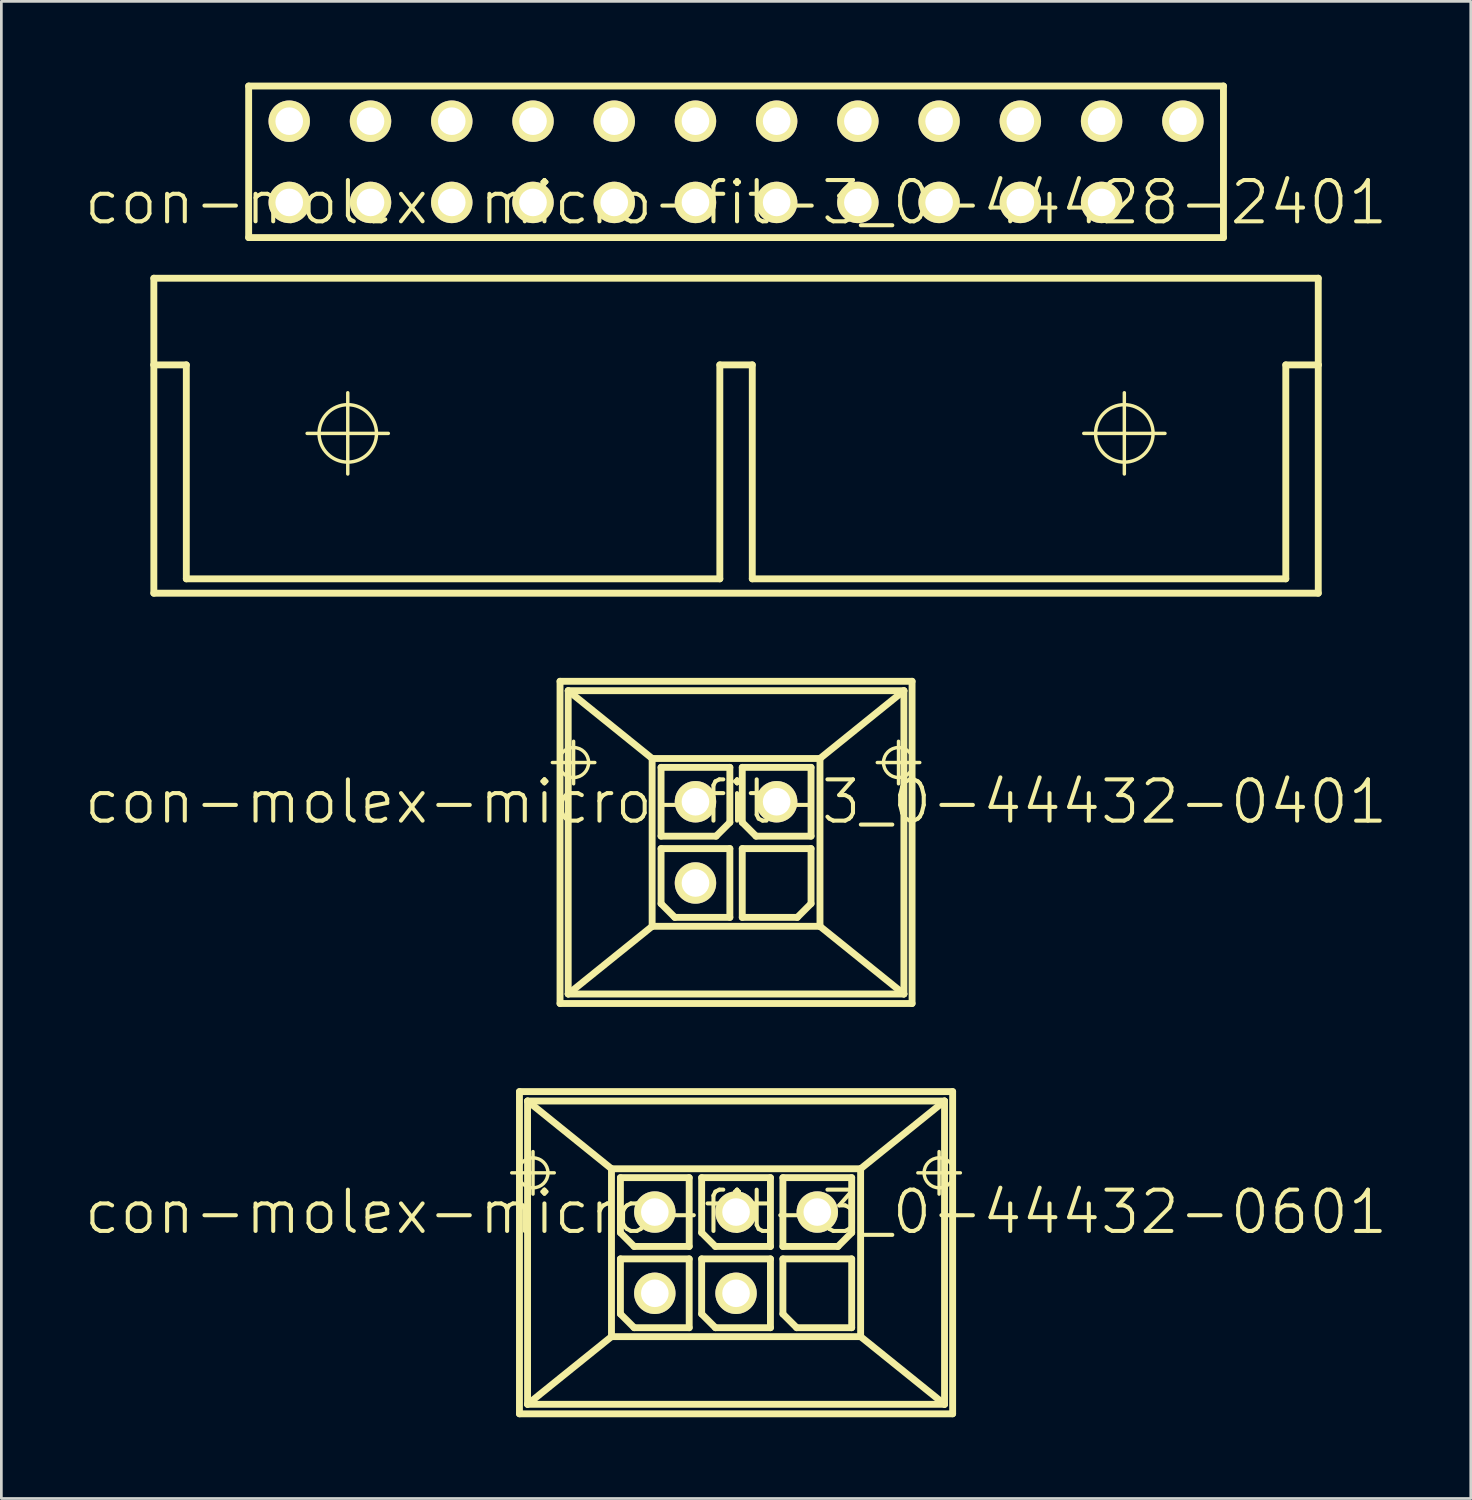
<source format=kicad_pcb>
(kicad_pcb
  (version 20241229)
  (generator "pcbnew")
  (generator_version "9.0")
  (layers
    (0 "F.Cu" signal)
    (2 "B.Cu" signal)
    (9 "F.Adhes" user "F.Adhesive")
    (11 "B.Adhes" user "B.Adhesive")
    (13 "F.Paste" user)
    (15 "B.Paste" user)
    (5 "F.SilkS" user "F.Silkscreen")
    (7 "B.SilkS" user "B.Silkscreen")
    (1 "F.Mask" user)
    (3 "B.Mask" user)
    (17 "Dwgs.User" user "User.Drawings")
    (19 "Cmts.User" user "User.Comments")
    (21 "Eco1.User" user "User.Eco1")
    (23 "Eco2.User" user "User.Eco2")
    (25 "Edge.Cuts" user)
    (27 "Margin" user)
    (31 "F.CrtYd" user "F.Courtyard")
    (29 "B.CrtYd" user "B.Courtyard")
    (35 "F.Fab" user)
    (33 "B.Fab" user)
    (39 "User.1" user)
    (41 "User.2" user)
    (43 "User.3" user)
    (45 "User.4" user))
  (footprint "con-molex-micro-fit-3_0-44428-2401"
    (layer "F.Cu")
    (at 24.13 4.425)
    (property "Reference" "con-molex-micro-fit-3_0-44428-2401" (at 0 0 0) (layer "F.SilkS") (effects (font (size 1.524 1.524) (thickness 0.15))))
    (attr exclude_from_pos_files exclude_from_bom)
    (fp_line (start -21.499 2.799) (end -21.499 5.999) (stroke (width 0.254) (type solid)) (layer "F.SilkS"))
    (fp_line (start -21.499 5.999) (end -21.499 14.43) (stroke (width 0.254) (type solid)) (layer "F.SilkS"))
    (fp_line (start -21.499 5.999) (end -20.3 5.999) (stroke (width 0.254) (type solid)) (layer "F.SilkS"))
    (fp_line (start -21.499 14.43) (end 21.499 14.43) (stroke (width 0.254) (type solid)) (layer "F.SilkS"))
    (fp_line (start -20.3 5.999) (end -20.3 13.899) (stroke (width 0.254) (type solid)) (layer "F.SilkS"))
    (fp_line (start -20.3 13.899) (end -0.599 13.899) (stroke (width 0.254) (type solid)) (layer "F.SilkS"))
    (fp_line (start -17.998 -4.298) (end 17.998 -4.298) (stroke (width 0.254) (type solid)) (layer "F.SilkS"))
    (fp_line (start -17.998 1.298) (end -17.998 -4.298) (stroke (width 0.254) (type solid)) (layer "F.SilkS"))
    (fp_line (start -15.839 8.529) (end -12.84 8.529) (stroke (width 0.127) (type solid)) (layer "F.SilkS"))
    (fp_line (start -14.338 10.028) (end -14.338 7.028) (stroke (width 0.127) (type solid)) (layer "F.SilkS"))
    (fp_line (start -0.599 5.999) (end -0.599 13.899) (stroke (width 0.254) (type solid)) (layer "F.SilkS"))
    (fp_line (start -0.599 5.999) (end 0.599 5.999) (stroke (width 0.254) (type solid)) (layer "F.SilkS"))
    (fp_line (start 0.599 5.999) (end 0.599 13.899) (stroke (width 0.254) (type solid)) (layer "F.SilkS"))
    (fp_line (start 0.599 13.899) (end 20.3 13.899) (stroke (width 0.254) (type solid)) (layer "F.SilkS"))
    (fp_line (start 12.84 8.529) (end 15.839 8.529) (stroke (width 0.127) (type solid)) (layer "F.SilkS"))
    (fp_line (start 14.338 10.028) (end 14.338 7.028) (stroke (width 0.127) (type solid)) (layer "F.SilkS"))
    (fp_line (start 17.998 -4.298) (end 17.998 1.298) (stroke (width 0.254) (type solid)) (layer "F.SilkS"))
    (fp_line (start 17.998 1.298) (end -17.998 1.298) (stroke (width 0.254) (type solid)) (layer "F.SilkS"))
    (fp_line (start 20.3 5.999) (end 21.499 5.999) (stroke (width 0.254) (type solid)) (layer "F.SilkS"))
    (fp_line (start 20.3 13.899) (end 20.3 5.999) (stroke (width 0.254) (type solid)) (layer "F.SilkS"))
    (fp_line (start 21.499 2.799) (end -21.499 2.799) (stroke (width 0.254) (type solid)) (layer "F.SilkS"))
    (fp_line (start 21.499 5.999) (end 21.499 2.799) (stroke (width 0.254) (type solid)) (layer "F.SilkS"))
    (fp_line (start 21.499 14.43) (end 21.499 5.999) (stroke (width 0.254) (type solid)) (layer "F.SilkS"))
    (fp_circle (center -14.338 8.529) (end -15.088 9.279) (stroke (width 0.127) (type solid)) (fill no) (layer "F.SilkS"))
    (fp_circle (center 14.338 8.529) (end 15.088 9.279) (stroke (width 0.127) (type solid)) (fill no) (layer "F.SilkS"))
    (pad "P$1" thru_hole rect (at 16.5 0) (size 0.001 0.001) (drill 1.019) (layers "*.Cu" "F.Mask" "F.SilkS" "F.Paste"))
    (pad "P$2" thru_hole circle (at 13.498 0) (size 1.529 1.529) (drill 1.019) (layers "*.Cu" "F.Mask" "F.SilkS" "F.Paste"))
    (pad "P$3" thru_hole circle (at 10.498 0) (size 1.529 1.529) (drill 1.019) (layers "*.Cu" "F.Mask" "F.SilkS" "F.Paste"))
    (pad "P$4" thru_hole circle (at 7.498 0) (size 1.529 1.529) (drill 1.019) (layers "*.Cu" "F.Mask" "F.SilkS" "F.Paste"))
    (pad "P$5" thru_hole circle (at 4.498 0) (size 1.529 1.529) (drill 1.019) (layers "*.Cu" "F.Mask" "F.SilkS" "F.Paste"))
    (pad "P$6" thru_hole circle (at 1.499 0) (size 1.529 1.529) (drill 1.019) (layers "*.Cu" "F.Mask" "F.SilkS" "F.Paste"))
    (pad "P$7" thru_hole circle (at -1.499 0) (size 1.529 1.529) (drill 1.019) (layers "*.Cu" "F.Mask" "F.SilkS" "F.Paste"))
    (pad "P$8" thru_hole circle (at -4.498 0) (size 1.529 1.529) (drill 1.019) (layers "*.Cu" "F.Mask" "F.SilkS" "F.Paste"))
    (pad "P$9" thru_hole circle (at -7.498 0) (size 1.529 1.529) (drill 1.019) (layers "*.Cu" "F.Mask" "F.SilkS" "F.Paste"))
    (pad "P$10" thru_hole circle (at -10.498 0) (size 1.529 1.529) (drill 1.019) (layers "*.Cu" "F.Mask" "F.SilkS" "F.Paste"))
    (pad "P$11" thru_hole circle (at -13.498 0) (size 1.529 1.529) (drill 1.019) (layers "*.Cu" "F.Mask" "F.SilkS" "F.Paste"))
    (pad "P$12" thru_hole circle (at -16.5 0) (size 1.529 1.529) (drill 1.019) (layers "*.Cu" "F.Mask" "F.SilkS" "F.Paste"))
    (pad "P$13" thru_hole circle (at 16.5 -3) (size 1.529 1.529) (drill 1.019) (layers "*.Cu" "F.Mask" "F.SilkS" "F.Paste"))
    (pad "P$14" thru_hole circle (at 13.498 -3) (size 1.529 1.529) (drill 1.019) (layers "*.Cu" "F.Mask" "F.SilkS" "F.Paste"))
    (pad "P$15" thru_hole circle (at 10.498 -3) (size 1.529 1.529) (drill 1.019) (layers "*.Cu" "F.Mask" "F.SilkS" "F.Paste"))
    (pad "P$16" thru_hole circle (at 7.498 -3) (size 1.529 1.529) (drill 1.019) (layers "*.Cu" "F.Mask" "F.SilkS" "F.Paste"))
    (pad "P$17" thru_hole circle (at 4.498 -3) (size 1.529 1.529) (drill 1.019) (layers "*.Cu" "F.Mask" "F.SilkS" "F.Paste"))
    (pad "P$18" thru_hole circle (at 1.499 -3) (size 1.529 1.529) (drill 1.019) (layers "*.Cu" "F.Mask" "F.SilkS" "F.Paste"))
    (pad "P$19" thru_hole circle (at -1.499 -3) (size 1.529 1.529) (drill 1.019) (layers "*.Cu" "F.Mask" "F.SilkS" "F.Paste"))
    (pad "P$20" thru_hole circle (at -4.498 -3) (size 1.529 1.529) (drill 1.019) (layers "*.Cu" "F.Mask" "F.SilkS" "F.Paste"))
    (pad "P$21" thru_hole circle (at -7.498 -3) (size 1.529 1.529) (drill 1.019) (layers "*.Cu" "F.Mask" "F.SilkS" "F.Paste"))
    (pad "P$22" thru_hole circle (at -10.498 -3) (size 1.529 1.529) (drill 1.019) (layers "*.Cu" "F.Mask" "F.SilkS" "F.Paste"))
    (pad "P$23" thru_hole circle (at -13.498 -3) (size 1.529 1.529) (drill 1.019) (layers "*.Cu" "F.Mask" "F.SilkS" "F.Paste"))
    (pad "P$24" thru_hole circle (at -16.5 -3) (size 1.529 1.529) (drill 1.019) (layers "*.Cu" "F.Mask" "F.SilkS" "F.Paste")))
  (footprint "con-molex-micro-fit-3_0-44432-0401"
    (layer "F.Cu")
    (at 24.13 26.556)
    (property "Reference" "con-molex-micro-fit-3_0-44432-0401" (at 0 0 0) (layer "F.SilkS") (effects (font (size 1.524 1.524) (thickness 0.15))))
    (attr exclude_from_pos_files exclude_from_bom)
    (fp_line (start -6.784 -1.448) (end -5.215 -1.448) (stroke (width 0.127) (type solid)) (layer "F.SilkS"))
    (fp_line (start -6.5 -4.448) (end 6.5 -4.448) (stroke (width 0.254) (type solid)) (layer "F.SilkS"))
    (fp_line (start -6.5 7.45) (end -6.5 -4.448) (stroke (width 0.254) (type solid)) (layer "F.SilkS"))
    (fp_line (start -6.198 -4.1) (end -3.099 -1.598) (stroke (width 0.254) (type solid)) (layer "F.SilkS"))
    (fp_line (start -6.198 -4.1) (end 6.198 -4.1) (stroke (width 0.254) (type solid)) (layer "F.SilkS"))
    (fp_line (start -6.198 7.099) (end -6.198 -4.1) (stroke (width 0.254) (type solid)) (layer "F.SilkS"))
    (fp_line (start -5.999 -0.663) (end -5.999 -2.233) (stroke (width 0.127) (type solid)) (layer "F.SilkS"))
    (fp_line (start -3.099 -1.598) (end -3.099 4.6) (stroke (width 0.254) (type solid)) (layer "F.SilkS"))
    (fp_line (start -3.099 -1.598) (end 3.099 -1.598) (stroke (width 0.254) (type solid)) (layer "F.SilkS"))
    (fp_line (start -3.099 4.6) (end -6.198 7.099) (stroke (width 0.254) (type solid)) (layer "F.SilkS"))
    (fp_line (start -3.099 4.6) (end 3.099 4.6) (stroke (width 0.254) (type solid)) (layer "F.SilkS"))
    (fp_line (start -2.769 -1.27) (end -0.229 -1.27) (stroke (width 0.254) (type solid)) (layer "F.SilkS"))
    (fp_line (start -2.769 1.27) (end -2.769 -1.27) (stroke (width 0.254) (type solid)) (layer "F.SilkS"))
    (fp_line (start -2.769 1.73) (end -0.229 1.73) (stroke (width 0.254) (type solid)) (layer "F.SilkS"))
    (fp_line (start -2.769 3.762) (end -2.769 1.73) (stroke (width 0.254) (type solid)) (layer "F.SilkS"))
    (fp_line (start -2.261 4.27) (end -2.769 3.762) (stroke (width 0.254) (type solid)) (layer "F.SilkS"))
    (fp_line (start -0.737 1.27) (end -2.769 1.27) (stroke (width 0.254) (type solid)) (layer "F.SilkS"))
    (fp_line (start -0.229 -1.27) (end -0.229 0.762) (stroke (width 0.254) (type solid)) (layer "F.SilkS"))
    (fp_line (start -0.229 0.762) (end -0.737 1.27) (stroke (width 0.254) (type solid)) (layer "F.SilkS"))
    (fp_line (start -0.229 1.73) (end -0.229 4.27) (stroke (width 0.254) (type solid)) (layer "F.SilkS"))
    (fp_line (start -0.229 4.27) (end -2.261 4.27) (stroke (width 0.254) (type solid)) (layer "F.SilkS"))
    (fp_line (start 0.229 -1.27) (end 2.769 -1.27) (stroke (width 0.254) (type solid)) (layer "F.SilkS"))
    (fp_line (start 0.229 0.762) (end 0.229 -1.27) (stroke (width 0.254) (type solid)) (layer "F.SilkS"))
    (fp_line (start 0.229 1.73) (end 2.769 1.73) (stroke (width 0.254) (type solid)) (layer "F.SilkS"))
    (fp_line (start 0.229 4.27) (end 0.229 1.73) (stroke (width 0.254) (type solid)) (layer "F.SilkS"))
    (fp_line (start 0.737 1.27) (end 0.229 0.762) (stroke (width 0.254) (type solid)) (layer "F.SilkS"))
    (fp_line (start 2.261 4.27) (end 0.229 4.27) (stroke (width 0.254) (type solid)) (layer "F.SilkS"))
    (fp_line (start 2.769 -1.27) (end 2.769 1.27) (stroke (width 0.254) (type solid)) (layer "F.SilkS"))
    (fp_line (start 2.769 1.27) (end 0.737 1.27) (stroke (width 0.254) (type solid)) (layer "F.SilkS"))
    (fp_line (start 2.769 1.73) (end 2.769 3.762) (stroke (width 0.254) (type solid)) (layer "F.SilkS"))
    (fp_line (start 2.769 3.762) (end 2.261 4.27) (stroke (width 0.254) (type solid)) (layer "F.SilkS"))
    (fp_line (start 3.099 -1.598) (end 6.198 -4.1) (stroke (width 0.254) (type solid)) (layer "F.SilkS"))
    (fp_line (start 3.099 4.6) (end 3.099 -1.598) (stroke (width 0.254) (type solid)) (layer "F.SilkS"))
    (fp_line (start 3.099 4.6) (end 6.198 7.099) (stroke (width 0.254) (type solid)) (layer "F.SilkS"))
    (fp_line (start 5.215 -1.448) (end 6.784 -1.448) (stroke (width 0.127) (type solid)) (layer "F.SilkS"))
    (fp_line (start 5.999 -0.663) (end 5.999 -2.233) (stroke (width 0.127) (type solid)) (layer "F.SilkS"))
    (fp_line (start 6.198 -4.1) (end 6.198 7.099) (stroke (width 0.254) (type solid)) (layer "F.SilkS"))
    (fp_line (start 6.198 7.099) (end -6.198 7.099) (stroke (width 0.254) (type solid)) (layer "F.SilkS"))
    (fp_line (start 6.5 -4.448) (end 6.5 7.45) (stroke (width 0.254) (type solid)) (layer "F.SilkS"))
    (fp_line (start 6.5 7.45) (end -6.5 7.45) (stroke (width 0.254) (type solid)) (layer "F.SilkS"))
    (fp_circle (center -5.999 -1.448) (end -6.391 -1.839) (stroke (width 0.127) (type solid)) (fill no) (layer "F.SilkS"))
    (fp_circle (center 5.999 -1.448) (end 6.391 -1.839) (stroke (width 0.127) (type solid)) (fill no) (layer "F.SilkS"))
    (pad "P$1" thru_hole rect (at 1.499 3) (size 0.001 0.001) (drill 1.019) (layers "*.Cu" "F.Mask" "F.SilkS" "F.Paste"))
    (pad "P$2" thru_hole circle (at -1.499 3) (size 1.529 1.529) (drill 1.019) (layers "*.Cu" "F.Mask" "F.SilkS" "F.Paste"))
    (pad "P$3" thru_hole circle (at 1.499 0) (size 1.529 1.529) (drill 1.019) (layers "*.Cu" "F.Mask" "F.SilkS" "F.Paste"))
    (pad "P$4" thru_hole circle (at -1.499 0) (size 1.529 1.529) (drill 1.019) (layers "*.Cu" "F.Mask" "F.SilkS" "F.Paste")))
  (footprint "con-molex-micro-fit-3_0-44432-0601"
    (layer "F.Cu")
    (at 24.13 41.707)
    (property "Reference" "con-molex-micro-fit-3_0-44432-0601" (at 0 0 0) (layer "F.SilkS") (effects (font (size 1.524 1.524) (thickness 0.15))))
    (attr exclude_from_pos_files exclude_from_bom)
    (fp_line (start -8.283 -1.448) (end -6.713 -1.448) (stroke (width 0.127) (type solid)) (layer "F.SilkS"))
    (fp_line (start -7.998 -4.448) (end 7.998 -4.448) (stroke (width 0.254) (type solid)) (layer "F.SilkS"))
    (fp_line (start -7.998 7.45) (end -7.998 -4.448) (stroke (width 0.254) (type solid)) (layer "F.SilkS"))
    (fp_line (start -7.699 -4.1) (end -4.6 -1.598) (stroke (width 0.254) (type solid)) (layer "F.SilkS"))
    (fp_line (start -7.699 -4.1) (end 7.699 -4.1) (stroke (width 0.254) (type solid)) (layer "F.SilkS"))
    (fp_line (start -7.699 7.099) (end -7.699 -4.1) (stroke (width 0.254) (type solid)) (layer "F.SilkS"))
    (fp_line (start -7.498 -0.663) (end -7.498 -2.233) (stroke (width 0.127) (type solid)) (layer "F.SilkS"))
    (fp_line (start -4.6 -1.598) (end -4.6 4.6) (stroke (width 0.254) (type solid)) (layer "F.SilkS"))
    (fp_line (start -4.6 -1.598) (end 4.6 -1.598) (stroke (width 0.254) (type solid)) (layer "F.SilkS"))
    (fp_line (start -4.6 4.6) (end -7.699 7.099) (stroke (width 0.254) (type solid)) (layer "F.SilkS"))
    (fp_line (start -4.6 4.6) (end 4.6 4.6) (stroke (width 0.254) (type solid)) (layer "F.SilkS"))
    (fp_line (start -4.27 -1.27) (end -1.73 -1.27) (stroke (width 0.254) (type solid)) (layer "F.SilkS"))
    (fp_line (start -4.27 0.762) (end -4.27 -1.27) (stroke (width 0.254) (type solid)) (layer "F.SilkS"))
    (fp_line (start -4.27 1.73) (end -1.73 1.73) (stroke (width 0.254) (type solid)) (layer "F.SilkS"))
    (fp_line (start -4.27 3.762) (end -4.27 1.73) (stroke (width 0.254) (type solid)) (layer "F.SilkS"))
    (fp_line (start -3.762 1.27) (end -4.27 0.762) (stroke (width 0.254) (type solid)) (layer "F.SilkS"))
    (fp_line (start -3.762 4.27) (end -4.27 3.762) (stroke (width 0.254) (type solid)) (layer "F.SilkS"))
    (fp_line (start -1.73 -1.27) (end -1.73 1.27) (stroke (width 0.254) (type solid)) (layer "F.SilkS"))
    (fp_line (start -1.73 1.27) (end -3.762 1.27) (stroke (width 0.254) (type solid)) (layer "F.SilkS"))
    (fp_line (start -1.73 1.73) (end -1.73 4.27) (stroke (width 0.254) (type solid)) (layer "F.SilkS"))
    (fp_line (start -1.73 4.27) (end -3.762 4.27) (stroke (width 0.254) (type solid)) (layer "F.SilkS"))
    (fp_line (start -1.27 -1.27) (end 1.27 -1.27) (stroke (width 0.254) (type solid)) (layer "F.SilkS"))
    (fp_line (start -1.27 0.762) (end -1.27 -1.27) (stroke (width 0.254) (type solid)) (layer "F.SilkS"))
    (fp_line (start -1.27 1.73) (end 1.27 1.73) (stroke (width 0.254) (type solid)) (layer "F.SilkS"))
    (fp_line (start -1.27 3.762) (end -1.27 1.73) (stroke (width 0.254) (type solid)) (layer "F.SilkS"))
    (fp_line (start -0.762 1.27) (end -1.27 0.762) (stroke (width 0.254) (type solid)) (layer "F.SilkS"))
    (fp_line (start -0.762 4.27) (end -1.27 3.762) (stroke (width 0.254) (type solid)) (layer "F.SilkS"))
    (fp_line (start 1.27 -1.27) (end 1.27 1.27) (stroke (width 0.254) (type solid)) (layer "F.SilkS"))
    (fp_line (start 1.27 1.27) (end -0.762 1.27) (stroke (width 0.254) (type solid)) (layer "F.SilkS"))
    (fp_line (start 1.27 1.73) (end 1.27 4.27) (stroke (width 0.254) (type solid)) (layer "F.SilkS"))
    (fp_line (start 1.27 4.27) (end -0.762 4.27) (stroke (width 0.254) (type solid)) (layer "F.SilkS"))
    (fp_line (start 1.73 -1.27) (end 4.27 -1.27) (stroke (width 0.254) (type solid)) (layer "F.SilkS"))
    (fp_line (start 1.73 1.27) (end 1.73 -1.27) (stroke (width 0.254) (type solid)) (layer "F.SilkS"))
    (fp_line (start 1.73 1.73) (end 4.27 1.73) (stroke (width 0.254) (type solid)) (layer "F.SilkS"))
    (fp_line (start 1.73 3.762) (end 1.73 1.73) (stroke (width 0.254) (type solid)) (layer "F.SilkS"))
    (fp_line (start 2.238 4.27) (end 1.73 3.762) (stroke (width 0.254) (type solid)) (layer "F.SilkS"))
    (fp_line (start 3.762 1.27) (end 1.73 1.27) (stroke (width 0.254) (type solid)) (layer "F.SilkS"))
    (fp_line (start 4.27 -1.27) (end 4.27 0.762) (stroke (width 0.254) (type solid)) (layer "F.SilkS"))
    (fp_line (start 4.27 0.762) (end 3.762 1.27) (stroke (width 0.254) (type solid)) (layer "F.SilkS"))
    (fp_line (start 4.27 1.73) (end 4.27 4.27) (stroke (width 0.254) (type solid)) (layer "F.SilkS"))
    (fp_line (start 4.27 4.27) (end 2.238 4.27) (stroke (width 0.254) (type solid)) (layer "F.SilkS"))
    (fp_line (start 4.6 -1.598) (end 7.699 -4.1) (stroke (width 0.254) (type solid)) (layer "F.SilkS"))
    (fp_line (start 4.6 4.6) (end 4.6 -1.598) (stroke (width 0.254) (type solid)) (layer "F.SilkS"))
    (fp_line (start 4.6 4.6) (end 7.699 7.099) (stroke (width 0.254) (type solid)) (layer "F.SilkS"))
    (fp_line (start 6.713 -1.448) (end 8.283 -1.448) (stroke (width 0.127) (type solid)) (layer "F.SilkS"))
    (fp_line (start 7.498 -0.663) (end 7.498 -2.233) (stroke (width 0.127) (type solid)) (layer "F.SilkS"))
    (fp_line (start 7.699 -4.1) (end 7.699 7.099) (stroke (width 0.254) (type solid)) (layer "F.SilkS"))
    (fp_line (start 7.699 7.099) (end -7.699 7.099) (stroke (width 0.254) (type solid)) (layer "F.SilkS"))
    (fp_line (start 7.998 -4.448) (end 7.998 7.45) (stroke (width 0.254) (type solid)) (layer "F.SilkS"))
    (fp_line (start 7.998 7.45) (end -7.998 7.45) (stroke (width 0.254) (type solid)) (layer "F.SilkS"))
    (fp_circle (center -7.498 -1.448) (end -7.889 -1.839) (stroke (width 0.127) (type solid)) (fill no) (layer "F.SilkS"))
    (fp_circle (center 7.498 -1.448) (end 7.889 -1.839) (stroke (width 0.127) (type solid)) (fill no) (layer "F.SilkS"))
    (pad "P$1" thru_hole rect (at 3 3) (size 0.001 0.001) (drill 1.019) (layers "*.Cu" "F.Mask" "F.SilkS" "F.Paste"))
    (pad "P$2" thru_hole circle (at 0 3) (size 1.529 1.529) (drill 1.019) (layers "*.Cu" "F.Mask" "F.SilkS" "F.Paste"))
    (pad "P$3" thru_hole circle (at -3 3) (size 1.529 1.529) (drill 1.019) (layers "*.Cu" "F.Mask" "F.SilkS" "F.Paste"))
    (pad "P$4" thru_hole circle (at 3 0) (size 1.529 1.529) (drill 1.019) (layers "*.Cu" "F.Mask" "F.SilkS" "F.Paste"))
    (pad "P$5" thru_hole circle (at 0 0) (size 1.529 1.529) (drill 1.019) (layers "*.Cu" "F.Mask" "F.SilkS" "F.Paste"))
    (pad "P$6" thru_hole circle (at -3 0) (size 1.529 1.529) (drill 1.019) (layers "*.Cu" "F.Mask" "F.SilkS" "F.Paste")))
  (gr_rect
    (start -3 -3)
    (end 51.26 52.284)
    (stroke (width 0.1) (type default))
    (fill no)
    (layer "Edge.Cuts")))
</source>
